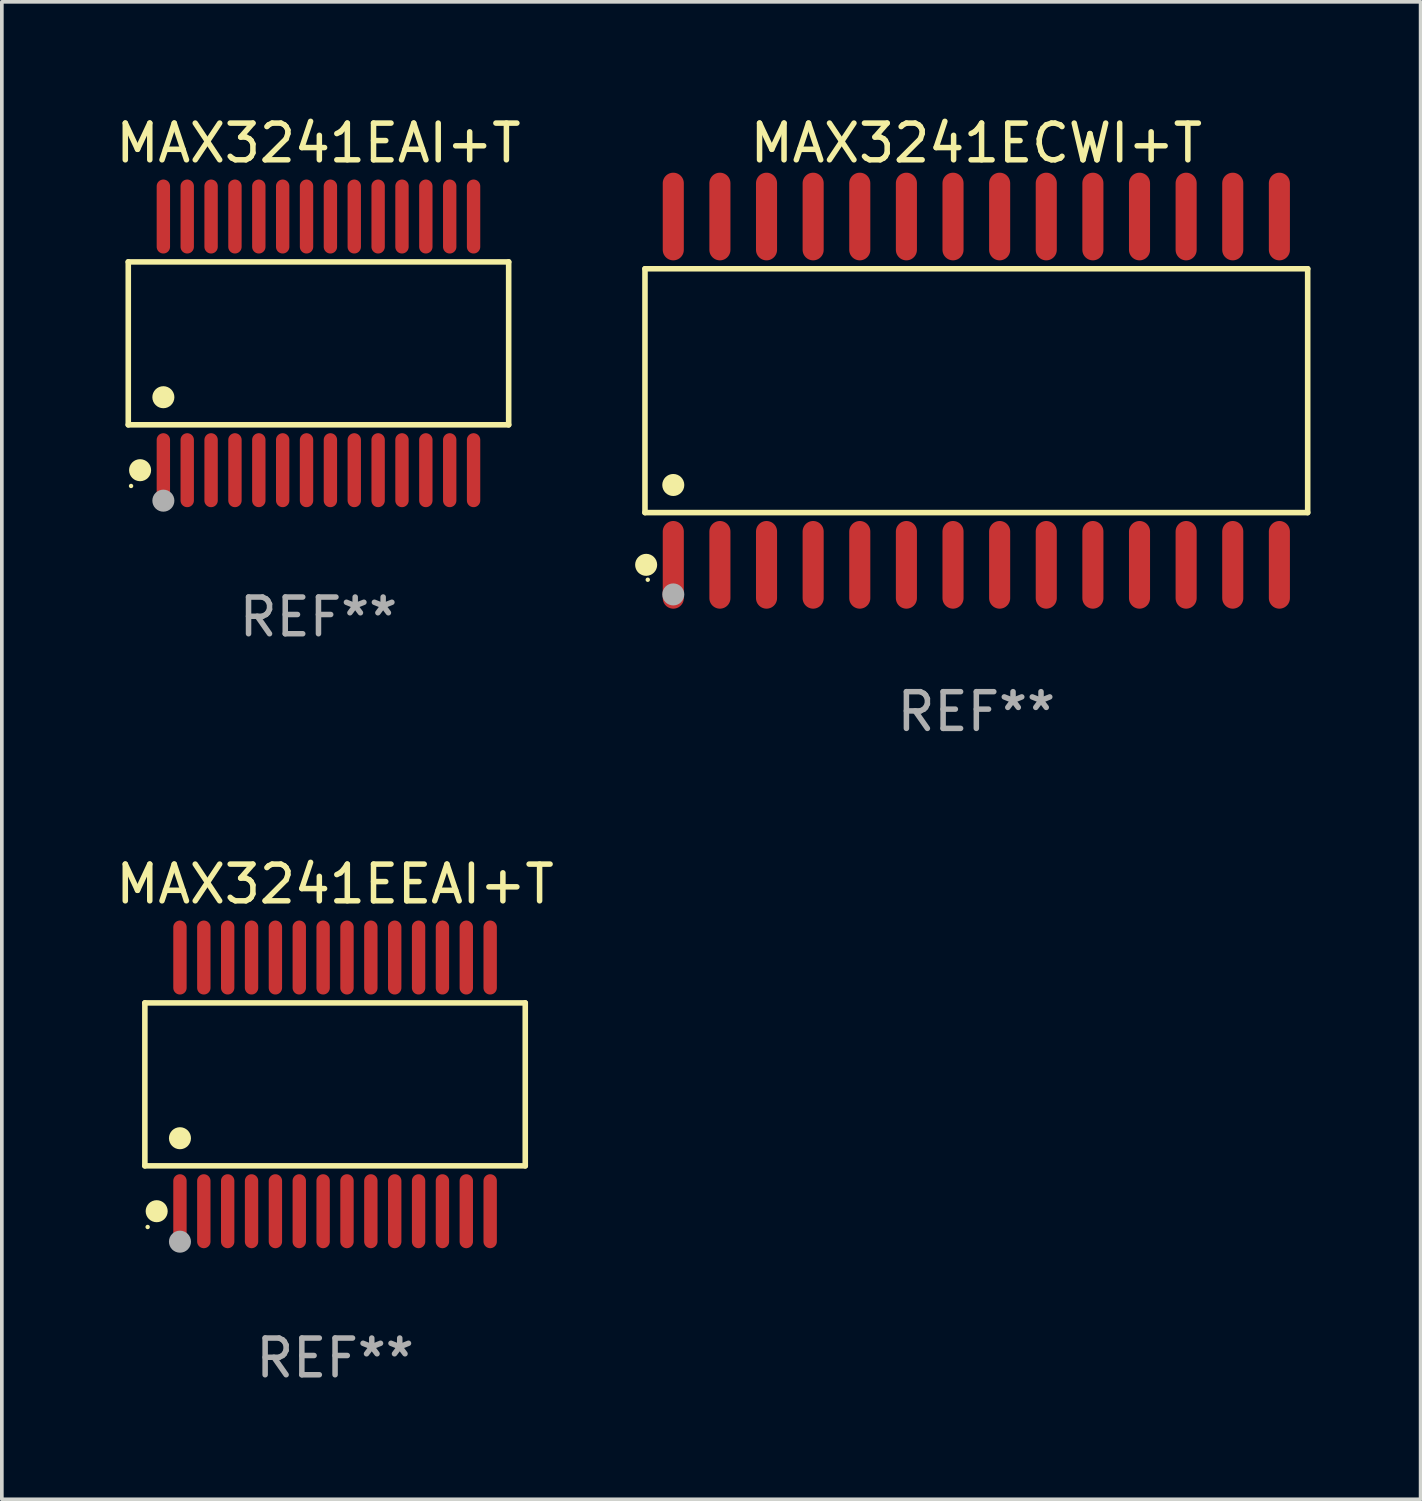
<source format=kicad_pcb>
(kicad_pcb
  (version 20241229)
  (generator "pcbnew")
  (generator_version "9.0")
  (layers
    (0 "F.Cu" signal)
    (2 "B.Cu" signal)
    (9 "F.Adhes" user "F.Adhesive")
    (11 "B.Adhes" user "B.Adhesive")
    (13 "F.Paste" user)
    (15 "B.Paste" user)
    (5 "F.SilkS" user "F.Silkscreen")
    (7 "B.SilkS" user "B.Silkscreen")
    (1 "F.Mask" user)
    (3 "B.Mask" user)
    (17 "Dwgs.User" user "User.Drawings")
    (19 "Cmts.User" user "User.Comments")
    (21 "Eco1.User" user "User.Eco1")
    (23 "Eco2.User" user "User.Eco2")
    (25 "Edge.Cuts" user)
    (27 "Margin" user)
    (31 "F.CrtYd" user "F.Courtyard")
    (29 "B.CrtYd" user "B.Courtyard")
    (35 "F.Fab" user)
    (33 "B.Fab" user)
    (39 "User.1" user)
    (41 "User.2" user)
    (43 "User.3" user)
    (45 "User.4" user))
  (footprint "MAX3241ECWI+T"
    (layer "F.Cu")
    (at 23.545 7.592)
    (property "Reference" "MAX3241ECWI+T" (at 0 -6.744 0) (layer "F.SilkS") (effects (font (size 1 1) (thickness 0.15))))
    (attr through_hole)
    (fp_line (start -9.026 -3.321) (end 9.026 -3.321) (stroke (width 0.152) (type solid)) (layer "F.SilkS"))
    (fp_line (start -9.026 3.321) (end -9.026 -3.321) (stroke (width 0.152) (type solid)) (layer "F.SilkS"))
    (fp_line (start 9.026 -3.321) (end 9.026 3.321) (stroke (width 0.152) (type solid)) (layer "F.SilkS"))
    (fp_line (start 9.026 3.321) (end -9.026 3.321) (stroke (width 0.152) (type solid)) (layer "F.SilkS"))
    (fp_circle (center -8.994 4.744) (end -8.844 4.744) (stroke (width 0.3) (type solid)) (fill no) (layer "F.SilkS"))
    (fp_circle (center -8.95 5.15) (end -8.92 5.15) (stroke (width 0.06) (type solid)) (fill no) (layer "F.SilkS"))
    (fp_circle (center -8.255 2.569) (end -8.105 2.569) (stroke (width 0.3) (type solid)) (fill no) (layer "F.SilkS"))
    (fp_circle (center -8.255 5.55) (end -8.105 5.55) (stroke (width 0.3) (type solid)) (fill no) (layer "F.Fab"))
    (fp_text user "REF**" (at 0 8.744 0) (layer "F.Fab") (effects (font (size 1 1) (thickness 0.15))))
    (pad "1" smd oval (at -8.255 4.744) (size 0.574 2.388) (layers "F.Cu" "F.Mask" "F.Paste"))
    (pad "2" smd oval (at -6.985 4.744) (size 0.574 2.388) (layers "F.Cu" "F.Mask" "F.Paste"))
    (pad "3" smd oval (at -5.715 4.744) (size 0.574 2.388) (layers "F.Cu" "F.Mask" "F.Paste"))
    (pad "4" smd oval (at -4.445 4.744) (size 0.574 2.388) (layers "F.Cu" "F.Mask" "F.Paste"))
    (pad "5" smd oval (at -3.175 4.744) (size 0.574 2.388) (layers "F.Cu" "F.Mask" "F.Paste"))
    (pad "6" smd oval (at -1.905 4.744) (size 0.574 2.388) (layers "F.Cu" "F.Mask" "F.Paste"))
    (pad "7" smd oval (at -0.635 4.744) (size 0.574 2.388) (layers "F.Cu" "F.Mask" "F.Paste"))
    (pad "8" smd oval (at 0.635 4.744) (size 0.574 2.388) (layers "F.Cu" "F.Mask" "F.Paste"))
    (pad "9" smd oval (at 1.905 4.744) (size 0.574 2.388) (layers "F.Cu" "F.Mask" "F.Paste"))
    (pad "10" smd oval (at 3.175 4.744) (size 0.574 2.388) (layers "F.Cu" "F.Mask" "F.Paste"))
    (pad "11" smd oval (at 4.445 4.744) (size 0.574 2.388) (layers "F.Cu" "F.Mask" "F.Paste"))
    (pad "12" smd oval (at 5.715 4.744) (size 0.574 2.388) (layers "F.Cu" "F.Mask" "F.Paste"))
    (pad "13" smd oval (at 6.985 4.744) (size 0.574 2.388) (layers "F.Cu" "F.Mask" "F.Paste"))
    (pad "14" smd oval (at 8.255 4.744) (size 0.574 2.388) (layers "F.Cu" "F.Mask" "F.Paste"))
    (pad "15" smd oval (at 8.255 -4.744) (size 0.574 2.388) (layers "F.Cu" "F.Mask" "F.Paste"))
    (pad "16" smd oval (at 6.985 -4.744) (size 0.574 2.388) (layers "F.Cu" "F.Mask" "F.Paste"))
    (pad "17" smd oval (at 5.715 -4.744) (size 0.574 2.388) (layers "F.Cu" "F.Mask" "F.Paste"))
    (pad "18" smd oval (at 4.445 -4.744) (size 0.574 2.388) (layers "F.Cu" "F.Mask" "F.Paste"))
    (pad "19" smd oval (at 3.175 -4.744) (size 0.574 2.388) (layers "F.Cu" "F.Mask" "F.Paste"))
    (pad "20" smd oval (at 1.905 -4.744) (size 0.574 2.388) (layers "F.Cu" "F.Mask" "F.Paste"))
    (pad "21" smd oval (at 0.635 -4.744) (size 0.574 2.388) (layers "F.Cu" "F.Mask" "F.Paste"))
    (pad "22" smd oval (at -0.635 -4.744) (size 0.574 2.388) (layers "F.Cu" "F.Mask" "F.Paste"))
    (pad "23" smd oval (at -1.905 -4.744) (size 0.574 2.388) (layers "F.Cu" "F.Mask" "F.Paste"))
    (pad "24" smd oval (at -3.175 -4.744) (size 0.574 2.388) (layers "F.Cu" "F.Mask" "F.Paste"))
    (pad "25" smd oval (at -4.445 -4.744) (size 0.574 2.388) (layers "F.Cu" "F.Mask" "F.Paste"))
    (pad "26" smd oval (at -5.715 -4.744) (size 0.574 2.388) (layers "F.Cu" "F.Mask" "F.Paste"))
    (pad "27" smd oval (at -6.985 -4.744) (size 0.574 2.388) (layers "F.Cu" "F.Mask" "F.Paste"))
    (pad "28" smd oval (at -8.255 -4.744) (size 0.574 2.388) (layers "F.Cu" "F.Mask" "F.Paste")))
  (footprint "MAX3241EEAI+T"
    (layer "F.Cu")
    (at 6.077 26.488)
    (property "Reference" "MAX3241EEAI+T" (at 0 -5.455 0) (layer "F.SilkS") (effects (font (size 1 1) (thickness 0.15))))
    (attr through_hole)
    (fp_line (start -5.181 -2.219) (end 5.181 -2.219) (stroke (width 0.152) (type solid)) (layer "F.SilkS"))
    (fp_line (start -5.181 2.219) (end -5.181 -2.219) (stroke (width 0.152) (type solid)) (layer "F.SilkS"))
    (fp_line (start 5.181 -2.219) (end 5.181 2.219) (stroke (width 0.152) (type solid)) (layer "F.SilkS"))
    (fp_line (start 5.181 2.219) (end -5.181 2.219) (stroke (width 0.152) (type solid)) (layer "F.SilkS"))
    (fp_circle (center -5.105 3.885) (end -5.075 3.885) (stroke (width 0.06) (type solid)) (fill no) (layer "F.SilkS"))
    (fp_circle (center -4.859 3.455) (end -4.709 3.455) (stroke (width 0.3) (type solid)) (fill no) (layer "F.SilkS"))
    (fp_circle (center -4.225 1.467) (end -4.075 1.467) (stroke (width 0.3) (type solid)) (fill no) (layer "F.SilkS"))
    (fp_circle (center -4.225 4.285) (end -4.075 4.285) (stroke (width 0.3) (type solid)) (fill no) (layer "F.Fab"))
    (fp_text user "REF**" (at 0 7.455 0) (layer "F.Fab") (effects (font (size 1 1) (thickness 0.15))))
    (pad "1" smd oval (at -4.225 3.455) (size 0.364 2.015) (layers "F.Cu" "F.Mask" "F.Paste"))
    (pad "2" smd oval (at -3.575 3.455) (size 0.364 2.015) (layers "F.Cu" "F.Mask" "F.Paste"))
    (pad "3" smd oval (at -2.925 3.455) (size 0.364 2.015) (layers "F.Cu" "F.Mask" "F.Paste"))
    (pad "4" smd oval (at -2.275 3.455) (size 0.364 2.015) (layers "F.Cu" "F.Mask" "F.Paste"))
    (pad "5" smd oval (at -1.625 3.455) (size 0.364 2.015) (layers "F.Cu" "F.Mask" "F.Paste"))
    (pad "6" smd oval (at -0.975 3.455) (size 0.364 2.015) (layers "F.Cu" "F.Mask" "F.Paste"))
    (pad "7" smd oval (at -0.325 3.455) (size 0.364 2.015) (layers "F.Cu" "F.Mask" "F.Paste"))
    (pad "8" smd oval (at 0.325 3.455) (size 0.364 2.015) (layers "F.Cu" "F.Mask" "F.Paste"))
    (pad "9" smd oval (at 0.975 3.455) (size 0.364 2.015) (layers "F.Cu" "F.Mask" "F.Paste"))
    (pad "10" smd oval (at 1.625 3.455) (size 0.364 2.015) (layers "F.Cu" "F.Mask" "F.Paste"))
    (pad "11" smd oval (at 2.275 3.455) (size 0.364 2.015) (layers "F.Cu" "F.Mask" "F.Paste"))
    (pad "12" smd oval (at 2.925 3.455) (size 0.364 2.015) (layers "F.Cu" "F.Mask" "F.Paste"))
    (pad "13" smd oval (at 3.575 3.455) (size 0.364 2.015) (layers "F.Cu" "F.Mask" "F.Paste"))
    (pad "14" smd oval (at 4.225 3.455) (size 0.364 2.015) (layers "F.Cu" "F.Mask" "F.Paste"))
    (pad "15" smd oval (at 4.225 -3.455) (size 0.364 2.015) (layers "F.Cu" "F.Mask" "F.Paste"))
    (pad "16" smd oval (at 3.575 -3.455) (size 0.364 2.015) (layers "F.Cu" "F.Mask" "F.Paste"))
    (pad "17" smd oval (at 2.925 -3.455) (size 0.364 2.015) (layers "F.Cu" "F.Mask" "F.Paste"))
    (pad "18" smd oval (at 2.275 -3.455) (size 0.364 2.015) (layers "F.Cu" "F.Mask" "F.Paste"))
    (pad "19" smd oval (at 1.625 -3.455) (size 0.364 2.015) (layers "F.Cu" "F.Mask" "F.Paste"))
    (pad "20" smd oval (at 0.975 -3.455) (size 0.364 2.015) (layers "F.Cu" "F.Mask" "F.Paste"))
    (pad "21" smd oval (at 0.325 -3.455) (size 0.364 2.015) (layers "F.Cu" "F.Mask" "F.Paste"))
    (pad "22" smd oval (at -0.325 -3.455) (size 0.364 2.015) (layers "F.Cu" "F.Mask" "F.Paste"))
    (pad "23" smd oval (at -0.975 -3.455) (size 0.364 2.015) (layers "F.Cu" "F.Mask" "F.Paste"))
    (pad "24" smd oval (at -1.625 -3.455) (size 0.364 2.015) (layers "F.Cu" "F.Mask" "F.Paste"))
    (pad "25" smd oval (at -2.275 -3.455) (size 0.364 2.015) (layers "F.Cu" "F.Mask" "F.Paste"))
    (pad "26" smd oval (at -2.925 -3.455) (size 0.364 2.015) (layers "F.Cu" "F.Mask" "F.Paste"))
    (pad "27" smd oval (at -3.575 -3.455) (size 0.364 2.015) (layers "F.Cu" "F.Mask" "F.Paste"))
    (pad "28" smd oval (at -4.225 -3.455) (size 0.364 2.015) (layers "F.Cu" "F.Mask" "F.Paste")))
  (footprint "MAX3241EAI+T"
    (layer "F.Cu")
    (at 5.625 6.303)
    (property "Reference" "MAX3241EAI+T" (at 0 -5.455 0) (layer "F.SilkS") (effects (font (size 1 1) (thickness 0.15))))
    (attr through_hole)
    (fp_line (start -5.181 -2.219) (end 5.181 -2.219) (stroke (width 0.152) (type solid)) (layer "F.SilkS"))
    (fp_line (start -5.181 2.219) (end -5.181 -2.219) (stroke (width 0.152) (type solid)) (layer "F.SilkS"))
    (fp_line (start 5.181 -2.219) (end 5.181 2.219) (stroke (width 0.152) (type solid)) (layer "F.SilkS"))
    (fp_line (start 5.181 2.219) (end -5.181 2.219) (stroke (width 0.152) (type solid)) (layer "F.SilkS"))
    (fp_circle (center -5.105 3.885) (end -5.075 3.885) (stroke (width 0.06) (type solid)) (fill no) (layer "F.SilkS"))
    (fp_circle (center -4.859 3.455) (end -4.709 3.455) (stroke (width 0.3) (type solid)) (fill no) (layer "F.SilkS"))
    (fp_circle (center -4.225 1.467) (end -4.075 1.467) (stroke (width 0.3) (type solid)) (fill no) (layer "F.SilkS"))
    (fp_circle (center -4.225 4.285) (end -4.075 4.285) (stroke (width 0.3) (type solid)) (fill no) (layer "F.Fab"))
    (fp_text user "REF**" (at 0 7.455 0) (layer "F.Fab") (effects (font (size 1 1) (thickness 0.15))))
    (pad "1" smd oval (at -4.225 3.455) (size 0.364 2.015) (layers "F.Cu" "F.Mask" "F.Paste"))
    (pad "2" smd oval (at -3.575 3.455) (size 0.364 2.015) (layers "F.Cu" "F.Mask" "F.Paste"))
    (pad "3" smd oval (at -2.925 3.455) (size 0.364 2.015) (layers "F.Cu" "F.Mask" "F.Paste"))
    (pad "4" smd oval (at -2.275 3.455) (size 0.364 2.015) (layers "F.Cu" "F.Mask" "F.Paste"))
    (pad "5" smd oval (at -1.625 3.455) (size 0.364 2.015) (layers "F.Cu" "F.Mask" "F.Paste"))
    (pad "6" smd oval (at -0.975 3.455) (size 0.364 2.015) (layers "F.Cu" "F.Mask" "F.Paste"))
    (pad "7" smd oval (at -0.325 3.455) (size 0.364 2.015) (layers "F.Cu" "F.Mask" "F.Paste"))
    (pad "8" smd oval (at 0.325 3.455) (size 0.364 2.015) (layers "F.Cu" "F.Mask" "F.Paste"))
    (pad "9" smd oval (at 0.975 3.455) (size 0.364 2.015) (layers "F.Cu" "F.Mask" "F.Paste"))
    (pad "10" smd oval (at 1.625 3.455) (size 0.364 2.015) (layers "F.Cu" "F.Mask" "F.Paste"))
    (pad "11" smd oval (at 2.275 3.455) (size 0.364 2.015) (layers "F.Cu" "F.Mask" "F.Paste"))
    (pad "12" smd oval (at 2.925 3.455) (size 0.364 2.015) (layers "F.Cu" "F.Mask" "F.Paste"))
    (pad "13" smd oval (at 3.575 3.455) (size 0.364 2.015) (layers "F.Cu" "F.Mask" "F.Paste"))
    (pad "14" smd oval (at 4.225 3.455) (size 0.364 2.015) (layers "F.Cu" "F.Mask" "F.Paste"))
    (pad "15" smd oval (at 4.225 -3.455) (size 0.364 2.015) (layers "F.Cu" "F.Mask" "F.Paste"))
    (pad "16" smd oval (at 3.575 -3.455) (size 0.364 2.015) (layers "F.Cu" "F.Mask" "F.Paste"))
    (pad "17" smd oval (at 2.925 -3.455) (size 0.364 2.015) (layers "F.Cu" "F.Mask" "F.Paste"))
    (pad "18" smd oval (at 2.275 -3.455) (size 0.364 2.015) (layers "F.Cu" "F.Mask" "F.Paste"))
    (pad "19" smd oval (at 1.625 -3.455) (size 0.364 2.015) (layers "F.Cu" "F.Mask" "F.Paste"))
    (pad "20" smd oval (at 0.975 -3.455) (size 0.364 2.015) (layers "F.Cu" "F.Mask" "F.Paste"))
    (pad "21" smd oval (at 0.325 -3.455) (size 0.364 2.015) (layers "F.Cu" "F.Mask" "F.Paste"))
    (pad "22" smd oval (at -0.325 -3.455) (size 0.364 2.015) (layers "F.Cu" "F.Mask" "F.Paste"))
    (pad "23" smd oval (at -0.975 -3.455) (size 0.364 2.015) (layers "F.Cu" "F.Mask" "F.Paste"))
    (pad "24" smd oval (at -1.625 -3.455) (size 0.364 2.015) (layers "F.Cu" "F.Mask" "F.Paste"))
    (pad "25" smd oval (at -2.275 -3.455) (size 0.364 2.015) (layers "F.Cu" "F.Mask" "F.Paste"))
    (pad "26" smd oval (at -2.925 -3.455) (size 0.364 2.015) (layers "F.Cu" "F.Mask" "F.Paste"))
    (pad "27" smd oval (at -3.575 -3.455) (size 0.364 2.015) (layers "F.Cu" "F.Mask" "F.Paste"))
    (pad "28" smd oval (at -4.225 -3.455) (size 0.364 2.015) (layers "F.Cu" "F.Mask" "F.Paste")))
  (gr_rect
    (start -3 -3)
    (end 35.647 37.791)
    (stroke (width 0.1) (type default))
    (fill no)
    (layer "Edge.Cuts")))
</source>
